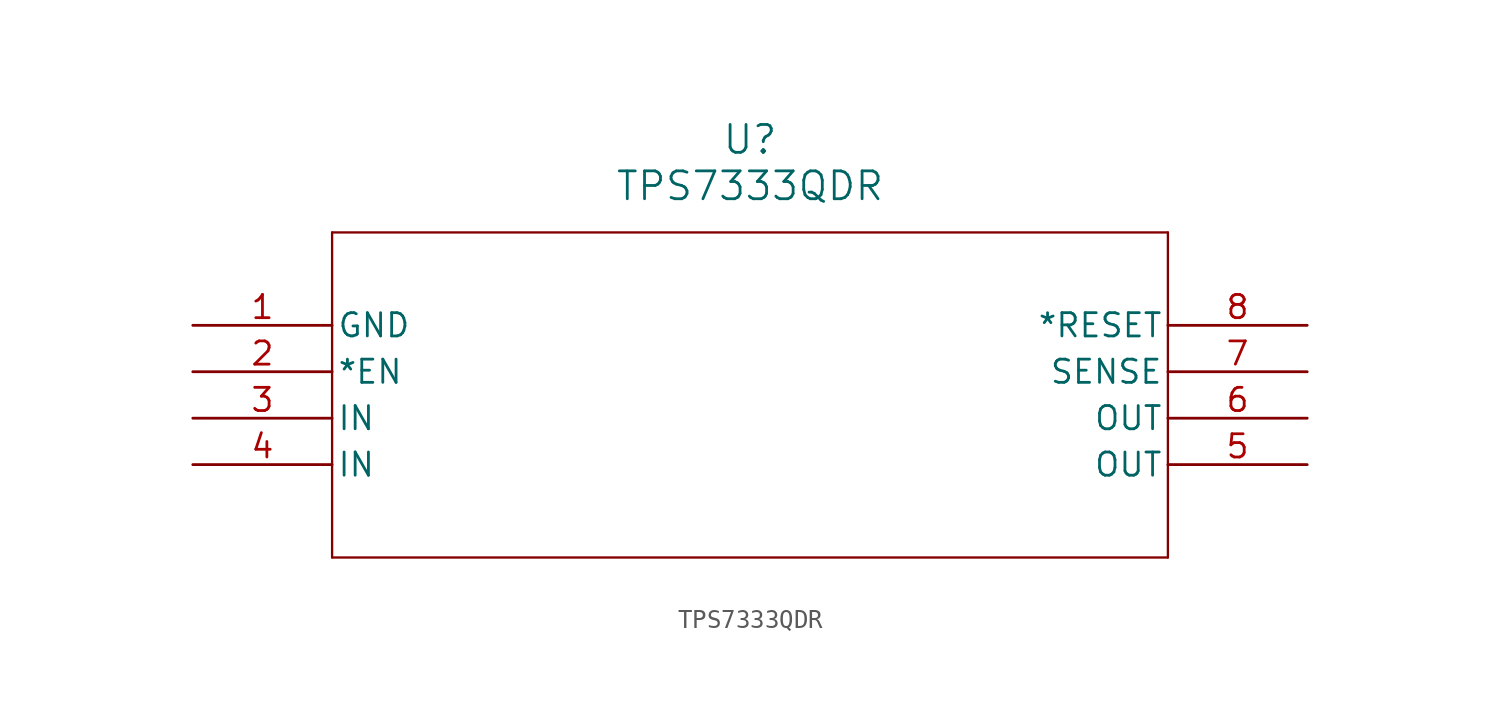
<source format=kicad_sym>
(kicad_symbol_lib
  (version 20211014)
  (generator kicad_symbol_editor)
  (symbol "TPS7333QDR"
    (pin_names
      (offset 0.254))
    (property "Reference" "U"
      (at 30.48 10.16 0)
      (effects (font (size 1.524 1.524))))
    (property "Value" "TPS7333QDR"
      (at 30.48 7.62 0)
      (effects (font (size 1.524 1.524))))
    (symbol "TPS7333QDR_0_1"
      (polyline (pts (xy 7.62 5.08) (xy 7.62 -12.7)) (stroke (width 0.127) (type default) (color 0 0 0 0)) (fill (type none)))
      (polyline (pts (xy 7.62 -12.7) (xy 53.34 -12.7)) (stroke (width 0.127) (type default) (color 0 0 0 0)) (fill (type none)))
      (polyline (pts (xy 53.34 -12.7) (xy 53.34 5.08)) (stroke (width 0.127) (type default) (color 0 0 0 0)) (fill (type none)))
      (polyline (pts (xy 53.34 5.08) (xy 7.62 5.08)) (stroke (width 0.127) (type default) (color 0 0 0 0)) (fill (type none)))
      (pin unspecified line (at 0 0 0) (length 7.62) (name "GND" (effects (font (size 1.27 1.27)))) (number "1" (effects (font (size 1.27 1.27)))))
      (pin input line (at 0 -2.54 0) (length 7.62) (name "*EN" (effects (font (size 1.27 1.27)))) (number "2" (effects (font (size 1.27 1.27)))))
      (pin input line (at 0 -5.08 0) (length 7.62) (name "IN" (effects (font (size 1.27 1.27)))) (number "3" (effects (font (size 1.27 1.27)))))
      (pin input line (at 0 -7.62 0) (length 7.62) (name "IN" (effects (font (size 1.27 1.27)))) (number "4" (effects (font (size 1.27 1.27)))))
      (pin output line (at 60.96 -7.62 180) (length 7.62) (name "OUT" (effects (font (size 1.27 1.27)))) (number "5" (effects (font (size 1.27 1.27)))))
      (pin output line (at 60.96 -5.08 180) (length 7.62) (name "OUT" (effects (font (size 1.27 1.27)))) (number "6" (effects (font (size 1.27 1.27)))))
      (pin unspecified line (at 60.96 -2.54 180) (length 7.62) (name "SENSE" (effects (font (size 1.27 1.27)))) (number "7" (effects (font (size 1.27 1.27)))))
      (pin unspecified line (at 60.96 0 180) (length 7.62) (name "*RESET" (effects (font (size 1.27 1.27)))) (number "8" (effects (font (size 1.27 1.27))))))))
</source>
